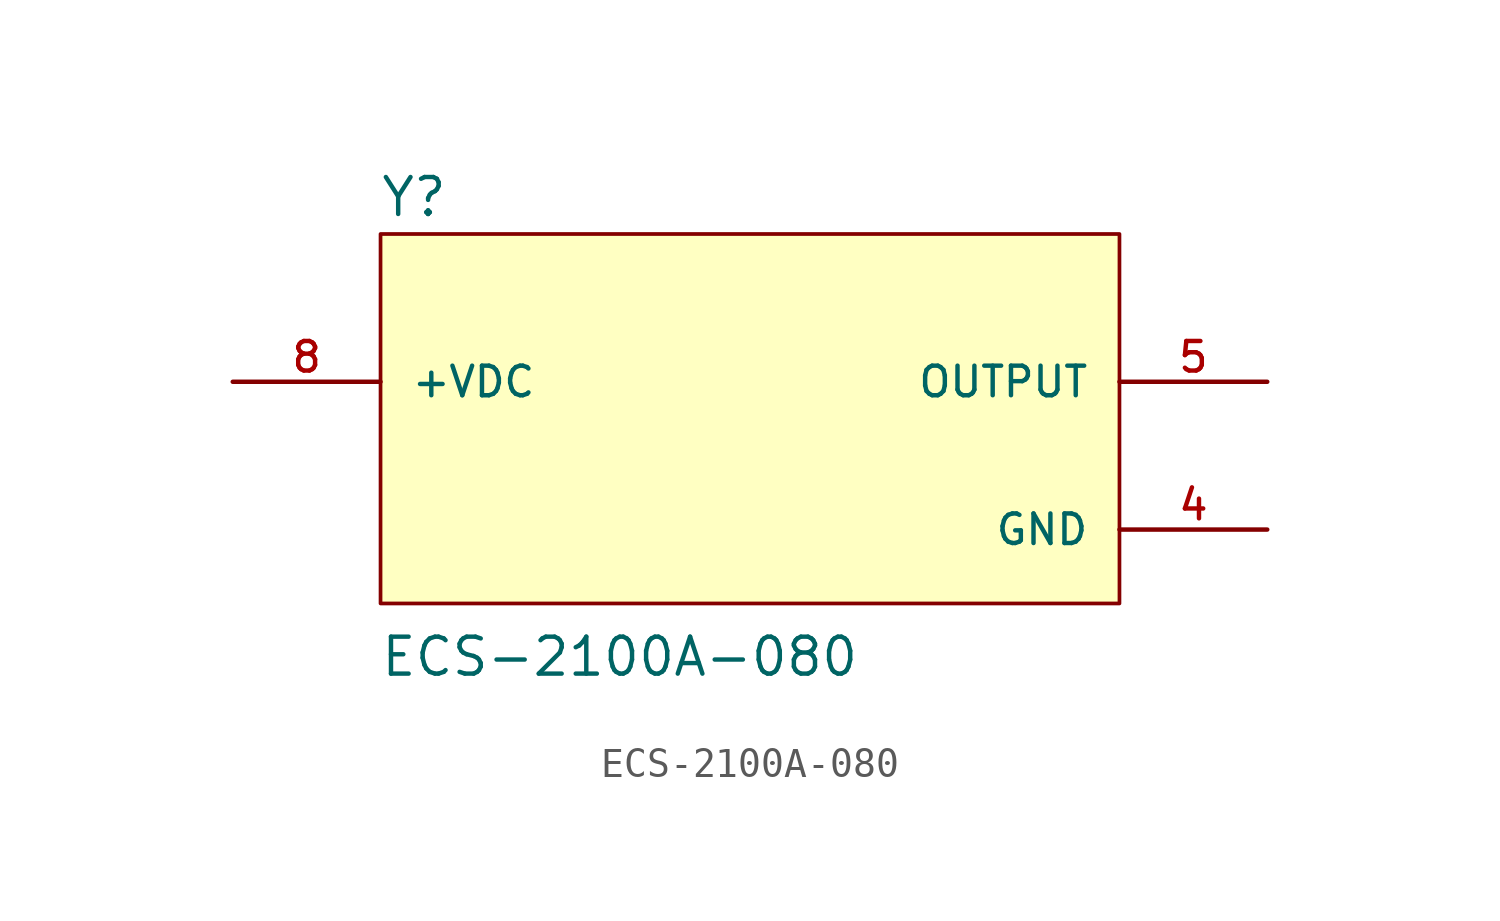
<source format=kicad_sym>
(kicad_symbol_lib
  (version 20211014)
  (generator kicad_symbol_editor)
  (symbol "ECS-2100A-080"
    (pin_names
      (offset 1.016))
    (property "Reference" "Y"
      (at -12.738 5.605 0)
      (effects (font (size 1.27 1.27)) (justify bottom left)))
    (property "Value" "ECS-2100A-080"
      (at -12.743 -10.195 0)
      (effects (font (size 1.27 1.27)) (justify bottom left)))
    (symbol "ECS-2100A-080_0_0"
      (rectangle (start -12.7 -7.62) (end 12.7 5.08) (stroke (width 0.127)) (fill (type background)))
      (pin input line (at -17.78 0.0 0) (length 5.08) (name "+VDC" (effects (font (size 1.016 1.016)))) (number "8" (effects (font (size 1.016 1.016)))))
      (pin output line (at 17.78 0.0 180.0) (length 5.08) (name "OUTPUT" (effects (font (size 1.016 1.016)))) (number "5" (effects (font (size 1.016 1.016)))))
      (pin power_in line (at 17.78 -5.08 180.0) (length 5.08) (name "GND" (effects (font (size 1.016 1.016)))) (number "4" (effects (font (size 1.016 1.016))))))))
</source>
